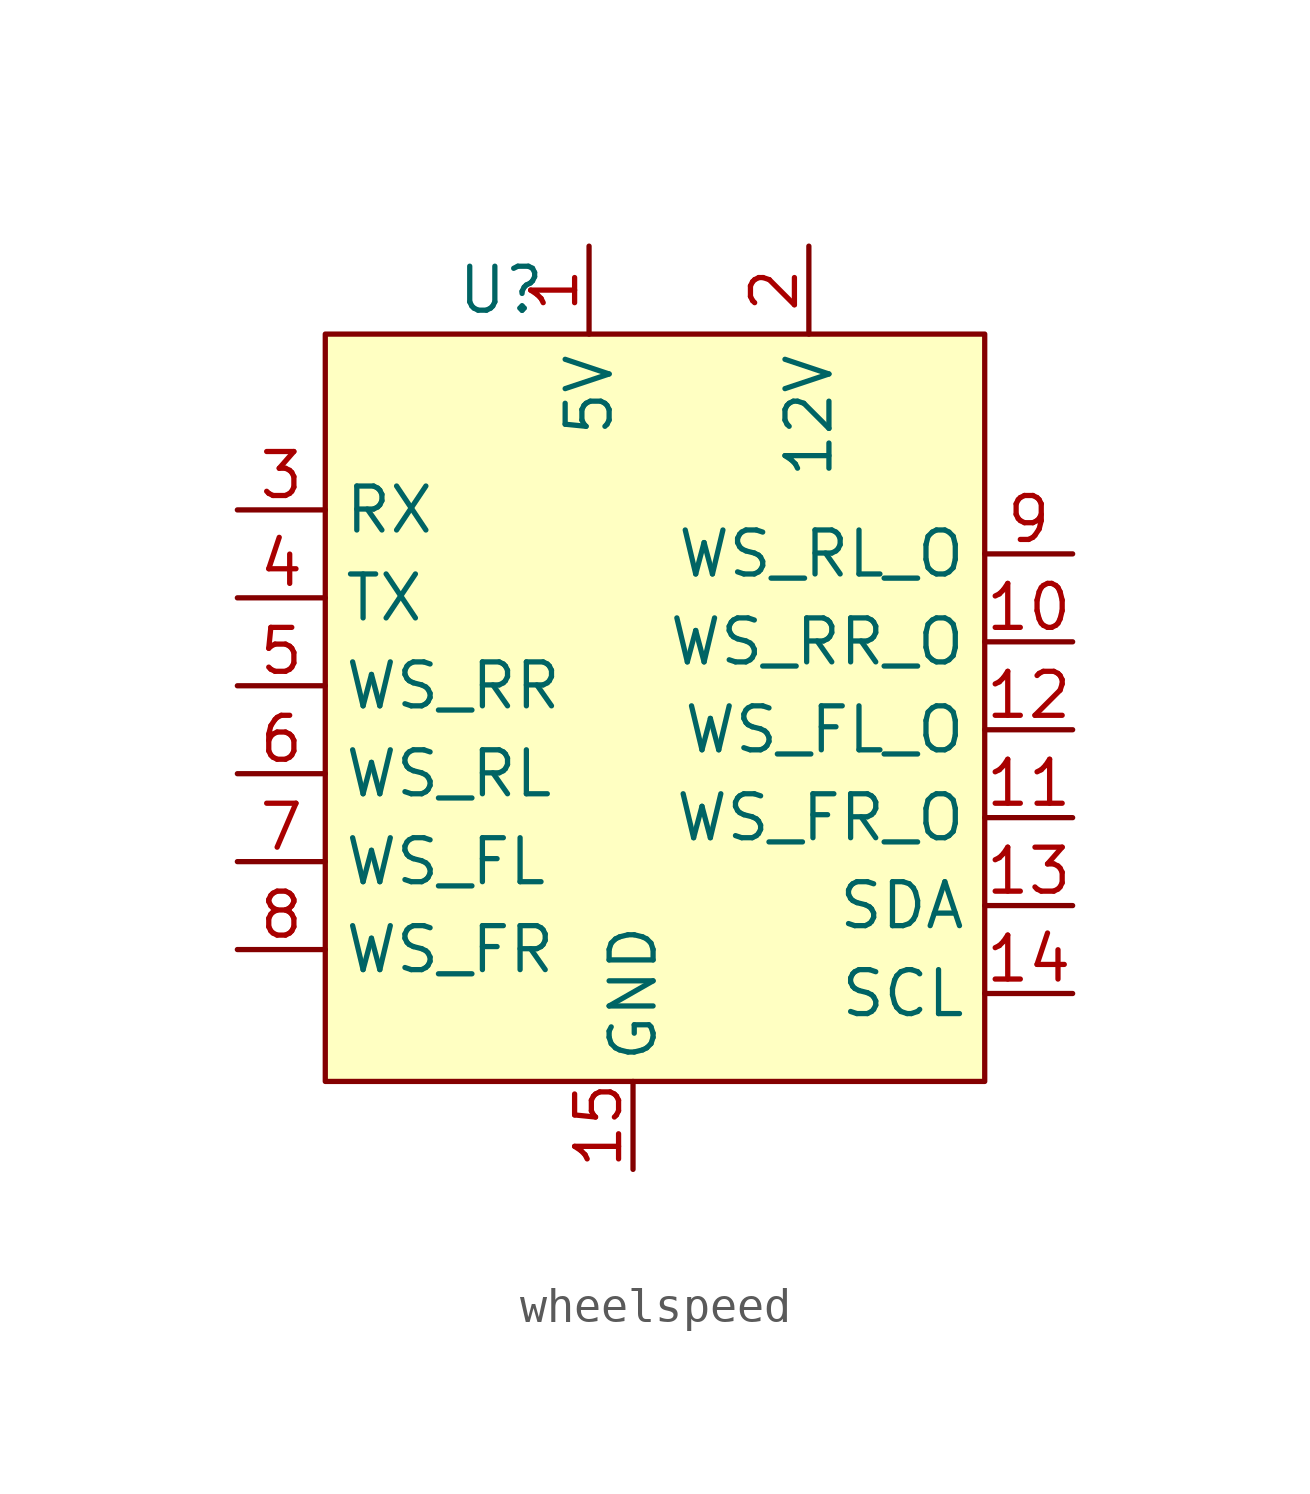
<source format=kicad_sym>
(kicad_symbol_lib
  (version 20241209)
  (generator "kicad_symbol_editor")
  (generator_version "9.0")
  (symbol "wheelspeed"
    (property "Reference" "U"
      (at 0 0 0)
      (effects (font (size 1.27 1.27))))
    (property "Value" ""
      (at 0 0 0)
      (effects (font (size 1.27 1.27))))
    (symbol "wheelspeed_1_1"
      (rectangle (start -5.08 -1.27) (end 13.97 -22.86) (stroke (width 0) (type solid)) (fill (type color) (color 255 255 194 1)))
      (pin input line (at -7.62 -6.35 0) (length 2.54) (name "RX" (effects (font (size 1.27 1.27)))) (number "3" (effects (font (size 1.27 1.27)))))
      (pin input line (at -7.62 -8.89 0) (length 2.54) (name "TX" (effects (font (size 1.27 1.27)))) (number "4" (effects (font (size 1.27 1.27)))))
      (pin input line (at -7.62 -11.43 0) (length 2.54) (name "WS_RR" (effects (font (size 1.27 1.27)))) (number "5" (effects (font (size 1.27 1.27)))))
      (pin input line (at -7.62 -13.97 0) (length 2.54) (name "WS_RL" (effects (font (size 1.27 1.27)))) (number "6" (effects (font (size 1.27 1.27)))))
      (pin input line (at -7.62 -16.51 0) (length 2.54) (name "WS_FL" (effects (font (size 1.27 1.27)))) (number "7" (effects (font (size 1.27 1.27)))))
      (pin input line (at -7.62 -19.05 0) (length 2.54) (name "WS_FR" (effects (font (size 1.27 1.27)))) (number "8" (effects (font (size 1.27 1.27)))))
      (pin input line (at 2.54 1.27 270) (length 2.54) (name "5V" (effects (font (size 1.27 1.27)))) (number "1" (effects (font (size 1.27 1.27)))))
      (pin input line (at 3.81 -25.4 90) (length 2.54) (name "GND" (effects (font (size 1.27 1.27)))) (number "15" (effects (font (size 1.27 1.27)))))
      (pin input line (at 8.89 1.27 270) (length 2.54) (name "12V" (effects (font (size 1.27 1.27)))) (number "2" (effects (font (size 1.27 1.27)))))
      (pin input line (at 16.51 -7.62 180) (length 2.54) (name "WS_RL_O" (effects (font (size 1.27 1.27)))) (number "9" (effects (font (size 1.27 1.27)))))
      (pin input line (at 16.51 -10.16 180) (length 2.54) (name "WS_RR_O" (effects (font (size 1.27 1.27)))) (number "10" (effects (font (size 1.27 1.27)))))
      (pin input line (at 16.51 -12.7 180) (length 2.54) (name "WS_FL_O" (effects (font (size 1.27 1.27)))) (number "12" (effects (font (size 1.27 1.27)))))
      (pin input line (at 16.51 -15.24 180) (length 2.54) (name "WS_FR_O" (effects (font (size 1.27 1.27)))) (number "11" (effects (font (size 1.27 1.27)))))
      (pin input line (at 16.51 -17.78 180) (length 2.54) (name "SDA" (effects (font (size 1.27 1.27)))) (number "13" (effects (font (size 1.27 1.27)))))
      (pin input line (at 16.51 -20.32 180) (length 2.54) (name "SCL" (effects (font (size 1.27 1.27)))) (number "14" (effects (font (size 1.27 1.27))))))))
</source>
